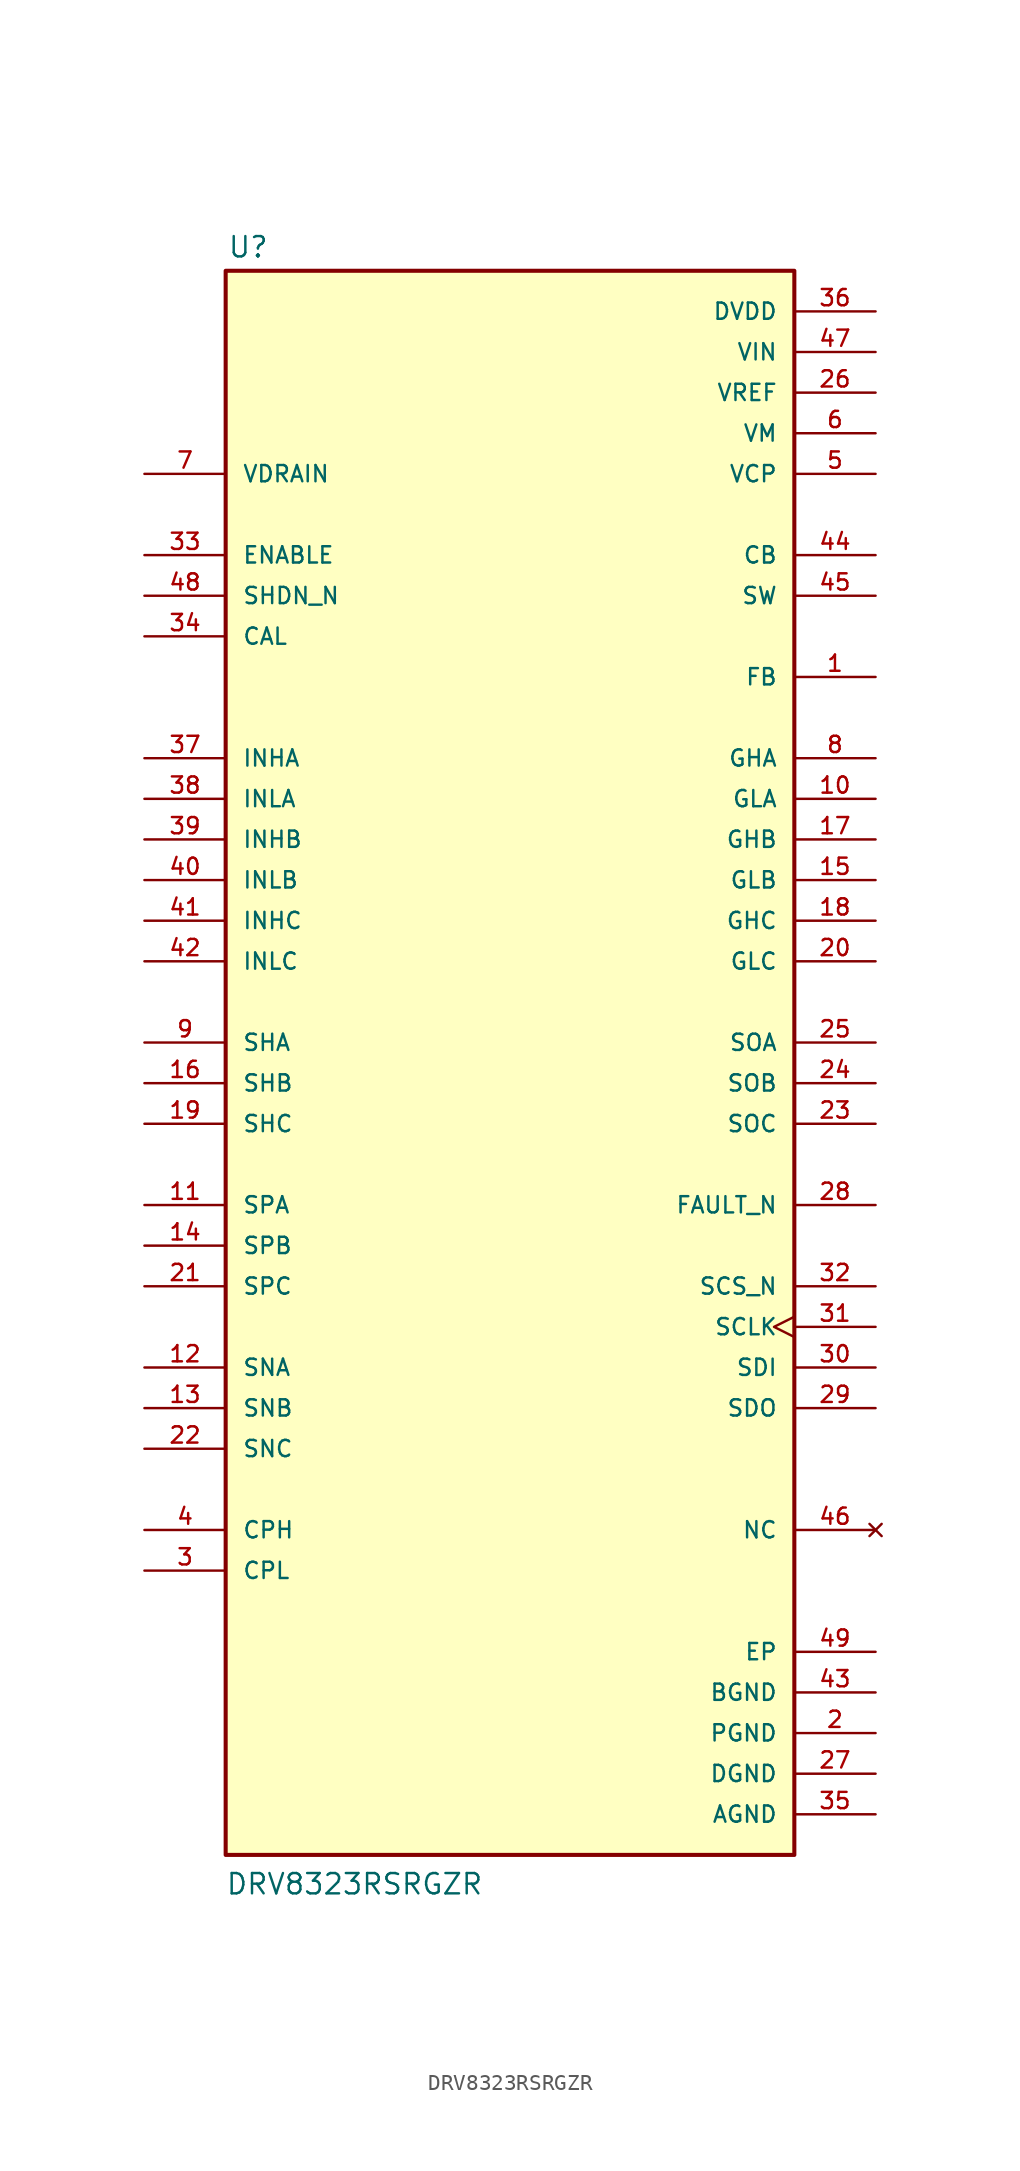
<source format=kicad_sym>
(kicad_symbol_lib
  (version 20211014)
  (generator kicad_symbol_editor)
  (symbol "DRV8323RSRGZR"
    (pin_names
      (offset 1.016))
    (property "Reference" "U"
      (at -17.678 48.997 0)
      (effects (font (size 1.27 1.27)) (justify left bottom)))
    (property "Value" "DRV8323RSRGZR"
      (at -17.805 -53.365 0)
      (effects (font (size 1.27 1.27)) (justify left bottom)))
    (property "ki_locked" ""
      (at 0 0 0)
      (effects (font (size 1.27 1.27))))
    (symbol "DRV8323RSRGZR_0_0"
      (rectangle (start -17.78 -50.8) (end 17.78 48.26) (stroke (width 0.254) (type default) (color 0 0 0 0)) (fill (type background)))
      (pin input line (at 22.86 22.86 180) (length 5.08) (name "FB" (effects (font (size 1.016 1.016)))) (number "1" (effects (font (size 1.016 1.016)))))
      (pin output line (at 22.86 15.24 180) (length 5.08) (name "GLA" (effects (font (size 1.016 1.016)))) (number "10" (effects (font (size 1.016 1.016)))))
      (pin input line (at -22.86 -10.16 0) (length 5.08) (name "SPA" (effects (font (size 1.016 1.016)))) (number "11" (effects (font (size 1.016 1.016)))))
      (pin input line (at -22.86 -20.32 0) (length 5.08) (name "SNA" (effects (font (size 1.016 1.016)))) (number "12" (effects (font (size 1.016 1.016)))))
      (pin input line (at -22.86 -22.86 0) (length 5.08) (name "SNB" (effects (font (size 1.016 1.016)))) (number "13" (effects (font (size 1.016 1.016)))))
      (pin input line (at -22.86 -12.7 0) (length 5.08) (name "SPB" (effects (font (size 1.016 1.016)))) (number "14" (effects (font (size 1.016 1.016)))))
      (pin output line (at 22.86 10.16 180) (length 5.08) (name "GLB" (effects (font (size 1.016 1.016)))) (number "15" (effects (font (size 1.016 1.016)))))
      (pin input line (at -22.86 -2.54 0) (length 5.08) (name "SHB" (effects (font (size 1.016 1.016)))) (number "16" (effects (font (size 1.016 1.016)))))
      (pin output line (at 22.86 12.7 180) (length 5.08) (name "GHB" (effects (font (size 1.016 1.016)))) (number "17" (effects (font (size 1.016 1.016)))))
      (pin output line (at 22.86 7.62 180) (length 5.08) (name "GHC" (effects (font (size 1.016 1.016)))) (number "18" (effects (font (size 1.016 1.016)))))
      (pin input line (at -22.86 -5.08 0) (length 5.08) (name "SHC" (effects (font (size 1.016 1.016)))) (number "19" (effects (font (size 1.016 1.016)))))
      (pin power_in line (at 22.86 -43.18 180) (length 5.08) (name "PGND" (effects (font (size 1.016 1.016)))) (number "2" (effects (font (size 1.016 1.016)))))
      (pin output line (at 22.86 5.08 180) (length 5.08) (name "GLC" (effects (font (size 1.016 1.016)))) (number "20" (effects (font (size 1.016 1.016)))))
      (pin input line (at -22.86 -15.24 0) (length 5.08) (name "SPC" (effects (font (size 1.016 1.016)))) (number "21" (effects (font (size 1.016 1.016)))))
      (pin input line (at -22.86 -25.4 0) (length 5.08) (name "SNC" (effects (font (size 1.016 1.016)))) (number "22" (effects (font (size 1.016 1.016)))))
      (pin output line (at 22.86 -5.08 180) (length 5.08) (name "SOC" (effects (font (size 1.016 1.016)))) (number "23" (effects (font (size 1.016 1.016)))))
      (pin output line (at 22.86 -2.54 180) (length 5.08) (name "SOB" (effects (font (size 1.016 1.016)))) (number "24" (effects (font (size 1.016 1.016)))))
      (pin output line (at 22.86 0 180) (length 5.08) (name "SOA" (effects (font (size 1.016 1.016)))) (number "25" (effects (font (size 1.016 1.016)))))
      (pin power_in line (at 22.86 40.64 180) (length 5.08) (name "VREF" (effects (font (size 1.016 1.016)))) (number "26" (effects (font (size 1.016 1.016)))))
      (pin power_in line (at 22.86 -45.72 180) (length 5.08) (name "DGND" (effects (font (size 1.016 1.016)))) (number "27" (effects (font (size 1.016 1.016)))))
      (pin output line (at 22.86 -10.16 180) (length 5.08) (name "FAULT_N" (effects (font (size 1.016 1.016)))) (number "28" (effects (font (size 1.016 1.016)))))
      (pin output line (at 22.86 -22.86 180) (length 5.08) (name "SDO" (effects (font (size 1.016 1.016)))) (number "29" (effects (font (size 1.016 1.016)))))
      (pin passive line (at -22.86 -33.02 0) (length 5.08) (name "CPL" (effects (font (size 1.016 1.016)))) (number "3" (effects (font (size 1.016 1.016)))))
      (pin input line (at 22.86 -20.32 180) (length 5.08) (name "SDI" (effects (font (size 1.016 1.016)))) (number "30" (effects (font (size 1.016 1.016)))))
      (pin input clock (at 22.86 -17.78 180) (length 5.08) (name "SCLK" (effects (font (size 1.016 1.016)))) (number "31" (effects (font (size 1.016 1.016)))))
      (pin input line (at 22.86 -15.24 180) (length 5.08) (name "SCS_N" (effects (font (size 1.016 1.016)))) (number "32" (effects (font (size 1.016 1.016)))))
      (pin input line (at -22.86 30.48 0) (length 5.08) (name "ENABLE" (effects (font (size 1.016 1.016)))) (number "33" (effects (font (size 1.016 1.016)))))
      (pin input line (at -22.86 25.4 0) (length 5.08) (name "CAL" (effects (font (size 1.016 1.016)))) (number "34" (effects (font (size 1.016 1.016)))))
      (pin power_in line (at 22.86 -48.26 180) (length 5.08) (name "AGND" (effects (font (size 1.016 1.016)))) (number "35" (effects (font (size 1.016 1.016)))))
      (pin power_in line (at 22.86 45.72 180) (length 5.08) (name "DVDD" (effects (font (size 1.016 1.016)))) (number "36" (effects (font (size 1.016 1.016)))))
      (pin input line (at -22.86 17.78 0) (length 5.08) (name "INHA" (effects (font (size 1.016 1.016)))) (number "37" (effects (font (size 1.016 1.016)))))
      (pin input line (at -22.86 15.24 0) (length 5.08) (name "INLA" (effects (font (size 1.016 1.016)))) (number "38" (effects (font (size 1.016 1.016)))))
      (pin input line (at -22.86 12.7 0) (length 5.08) (name "INHB" (effects (font (size 1.016 1.016)))) (number "39" (effects (font (size 1.016 1.016)))))
      (pin passive line (at -22.86 -30.48 0) (length 5.08) (name "CPH" (effects (font (size 1.016 1.016)))) (number "4" (effects (font (size 1.016 1.016)))))
      (pin input line (at -22.86 10.16 0) (length 5.08) (name "INLB" (effects (font (size 1.016 1.016)))) (number "40" (effects (font (size 1.016 1.016)))))
      (pin input line (at -22.86 7.62 0) (length 5.08) (name "INHC" (effects (font (size 1.016 1.016)))) (number "41" (effects (font (size 1.016 1.016)))))
      (pin input line (at -22.86 5.08 0) (length 5.08) (name "INLC" (effects (font (size 1.016 1.016)))) (number "42" (effects (font (size 1.016 1.016)))))
      (pin power_in line (at 22.86 -40.64 180) (length 5.08) (name "BGND" (effects (font (size 1.016 1.016)))) (number "43" (effects (font (size 1.016 1.016)))))
      (pin power_in line (at 22.86 30.48 180) (length 5.08) (name "CB" (effects (font (size 1.016 1.016)))) (number "44" (effects (font (size 1.016 1.016)))))
      (pin output line (at 22.86 27.94 180) (length 5.08) (name "SW" (effects (font (size 1.016 1.016)))) (number "45" (effects (font (size 1.016 1.016)))))
      (pin no_connect line (at 22.86 -30.48 180) (length 5.08) (name "NC" (effects (font (size 1.016 1.016)))) (number "46" (effects (font (size 1.016 1.016)))))
      (pin power_in line (at 22.86 43.18 180) (length 5.08) (name "VIN" (effects (font (size 1.016 1.016)))) (number "47" (effects (font (size 1.016 1.016)))))
      (pin input line (at -22.86 27.94 0) (length 5.08) (name "SHDN_N" (effects (font (size 1.016 1.016)))) (number "48" (effects (font (size 1.016 1.016)))))
      (pin power_in line (at 22.86 -38.1 180) (length 5.08) (name "EP" (effects (font (size 1.016 1.016)))) (number "49" (effects (font (size 1.016 1.016)))))
      (pin power_in line (at 22.86 35.56 180) (length 5.08) (name "VCP" (effects (font (size 1.016 1.016)))) (number "5" (effects (font (size 1.016 1.016)))))
      (pin power_in line (at 22.86 38.1 180) (length 5.08) (name "VM" (effects (font (size 1.016 1.016)))) (number "6" (effects (font (size 1.016 1.016)))))
      (pin input line (at -22.86 35.56 0) (length 5.08) (name "VDRAIN" (effects (font (size 1.016 1.016)))) (number "7" (effects (font (size 1.016 1.016)))))
      (pin output line (at 22.86 17.78 180) (length 5.08) (name "GHA" (effects (font (size 1.016 1.016)))) (number "8" (effects (font (size 1.016 1.016)))))
      (pin input line (at -22.86 0 0) (length 5.08) (name "SHA" (effects (font (size 1.016 1.016)))) (number "9" (effects (font (size 1.016 1.016))))))))
</source>
